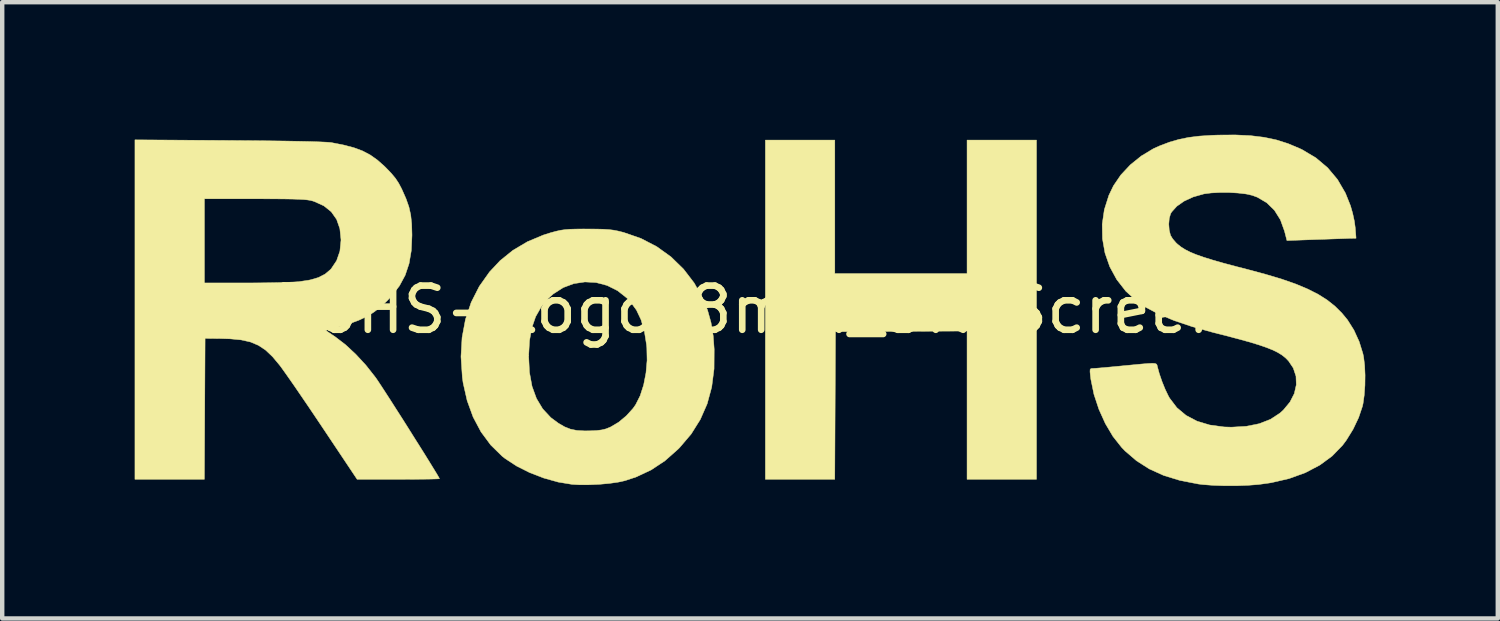
<source format=kicad_pcb>
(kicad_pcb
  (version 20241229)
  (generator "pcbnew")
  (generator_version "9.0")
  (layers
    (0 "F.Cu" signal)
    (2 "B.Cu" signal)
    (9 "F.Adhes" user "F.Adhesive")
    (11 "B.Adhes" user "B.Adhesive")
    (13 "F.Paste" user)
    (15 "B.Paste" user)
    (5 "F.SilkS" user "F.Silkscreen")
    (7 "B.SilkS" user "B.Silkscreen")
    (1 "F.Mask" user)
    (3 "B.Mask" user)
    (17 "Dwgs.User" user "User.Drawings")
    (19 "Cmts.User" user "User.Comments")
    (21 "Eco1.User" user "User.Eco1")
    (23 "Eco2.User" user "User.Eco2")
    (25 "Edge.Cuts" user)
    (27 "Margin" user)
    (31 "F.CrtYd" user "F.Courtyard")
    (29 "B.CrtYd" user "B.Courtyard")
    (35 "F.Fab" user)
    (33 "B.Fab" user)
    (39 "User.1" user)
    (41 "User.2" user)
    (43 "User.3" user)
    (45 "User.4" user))
  (footprint "RoHS-Logo_8mm_SilkScreen"
    (layer "F.Cu")
    (at 13.945 3.961)
    (property "Reference" "RoHS-Logo_8mm_SilkScreen" (at 0 0 0) (layer "F.SilkS") (effects (font (size 1 1) (thickness 0.15))))
    (attr board_only exclude_from_pos_files exclude_from_bom allow_missing_courtyard)
    (fp_poly (pts (xy 1.905 -0.816) (xy 4.899 -0.816) (xy 4.899 -3.84) (xy 6.471 -3.84) (xy 6.471 3.84) (xy 4.899 3.84) (xy 4.899 0.483) (xy 3.409 0.491) (xy 1.92 0.499) (xy 1.912 2.17) (xy 1.904 3.84) (xy 0.333 3.84) (xy 0.333 -3.84) (xy 1.905 -3.84) (xy 1.905 -0.816)) (stroke (width 0.01) (type solid)) (fill yes) (layer "F.SilkS"))
    (fp_poly (pts (xy -3.689 -1.826) (xy -3.487 -1.825) (xy -3.332 -1.821) (xy -3.208 -1.813) (xy -3.103 -1.8) (xy -3.001 -1.78) (xy -2.889 -1.752) (xy -2.871 -1.747) (xy -2.484 -1.613) (xy -2.127 -1.428) (xy -1.804 -1.196) (xy -1.52 -0.919) (xy -1.277 -0.602) (xy -1.087 -0.26) (xy -0.976 0.011) (xy -0.898 0.291) (xy -0.848 0.594) (xy -0.826 0.895) (xy -0.829 1.34) (xy -0.882 1.752) (xy -0.985 2.132) (xy -1.14 2.485) (xy -1.346 2.814) (xy -1.607 3.121) (xy -1.647 3.161) (xy -1.942 3.422) (xy -2.255 3.629) (xy -2.595 3.788) (xy -2.848 3.872) (xy -3.005 3.906) (xy -3.205 3.934) (xy -3.428 3.954) (xy -3.657 3.964) (xy -3.873 3.965) (xy -4.043 3.955) (xy -4.359 3.903) (xy -4.684 3.812) (xy -5.003 3.689) (xy -5.3 3.54) (xy -5.558 3.371) (xy -5.627 3.317) (xy -5.885 3.064) (xy -6.105 2.767) (xy -6.284 2.43) (xy -6.419 2.059) (xy -6.51 1.658) (xy -6.528 1.527) (xy -6.558 1.069) (xy -6.558 1.058) (xy -5.026 1.058) (xy -5.008 1.419) (xy -4.95 1.735) (xy -4.85 2.01) (xy -4.709 2.245) (xy -4.525 2.443) (xy -4.354 2.57) (xy -4.213 2.652) (xy -4.079 2.705) (xy -3.936 2.734) (xy -3.762 2.744) (xy -3.644 2.743) (xy -3.488 2.736) (xy -3.373 2.722) (xy -3.278 2.699) (xy -3.183 2.661) (xy -3.168 2.654) (xy -2.989 2.548) (xy -2.814 2.402) (xy -2.662 2.234) (xy -2.604 2.151) (xy -2.502 1.949) (xy -2.423 1.704) (xy -2.37 1.432) (xy -2.345 1.147) (xy -2.351 0.864) (xy -2.358 0.793) (xy -2.407 0.487) (xy -2.482 0.228) (xy -2.586 0.009) (xy -2.724 -0.181) (xy -2.799 -0.26) (xy -3.013 -0.43) (xy -3.249 -0.548) (xy -3.498 -0.614) (xy -3.752 -0.628) (xy -4.004 -0.59) (xy -4.245 -0.5) (xy -4.468 -0.357) (xy -4.577 -0.26) (xy -4.742 -0.063) (xy -4.868 0.158) (xy -4.955 0.411) (xy -5.007 0.701) (xy -5.026 1.036) (xy -5.026 1.058) (xy -6.558 1.058) (xy -6.534 0.633) (xy -6.457 0.22) (xy -6.327 -0.167) (xy -6.145 -0.526) (xy -5.912 -0.855) (xy -5.674 -1.109) (xy -5.384 -1.343) (xy -5.054 -1.539) (xy -4.691 -1.691) (xy -4.518 -1.745) (xy -4.402 -1.776) (xy -4.303 -1.798) (xy -4.205 -1.812) (xy -4.096 -1.821) (xy -3.96 -1.825) (xy -3.784 -1.827) (xy -3.689 -1.826)) (stroke (width 0.01) (type solid)) (fill yes) (layer "F.SilkS"))
    (fp_poly (pts (xy -11.816 -3.831) (xy -11.341 -3.827) (xy -10.916 -3.823) (xy -10.544 -3.818) (xy -10.225 -3.812) (xy -9.96 -3.806) (xy -9.752 -3.799) (xy -9.601 -3.792) (xy -9.509 -3.785) (xy -9.495 -3.783) (xy -9.214 -3.728) (xy -8.982 -3.667) (xy -8.786 -3.594) (xy -8.615 -3.504) (xy -8.456 -3.392) (xy -8.297 -3.252) (xy -8.263 -3.219) (xy -8.136 -3.087) (xy -8.042 -2.974) (xy -7.967 -2.86) (xy -7.897 -2.727) (xy -7.894 -2.719) (xy -7.802 -2.511) (xy -7.737 -2.326) (xy -7.696 -2.143) (xy -7.675 -1.943) (xy -7.668 -1.705) (xy -7.668 -1.678) (xy -7.683 -1.34) (xy -7.734 -1.043) (xy -7.822 -0.78) (xy -7.952 -0.539) (xy -8.127 -0.311) (xy -8.237 -0.195) (xy -8.385 -0.058) (xy -8.533 0.057) (xy -8.691 0.154) (xy -8.872 0.239) (xy -9.084 0.317) (xy -9.34 0.394) (xy -9.521 0.442) (xy -9.622 0.469) (xy -9.4 0.619) (xy -9.173 0.793) (xy -8.94 1.01) (xy -8.713 1.255) (xy -8.508 1.515) (xy -8.477 1.557) (xy -8.425 1.634) (xy -8.35 1.748) (xy -8.255 1.894) (xy -8.144 2.066) (xy -8.022 2.257) (xy -7.892 2.46) (xy -7.759 2.67) (xy -7.627 2.881) (xy -7.498 3.085) (xy -7.378 3.276) (xy -7.271 3.449) (xy -7.18 3.597) (xy -7.109 3.713) (xy -7.063 3.791) (xy -7.046 3.825) (xy -7.045 3.826) (xy -7.074 3.83) (xy -7.157 3.833) (xy -7.285 3.836) (xy -7.452 3.838) (xy -7.65 3.839) (xy -7.872 3.84) (xy -7.978 3.84) (xy -8.91 3.84) (xy -9.682 2.684) (xy -9.849 2.435) (xy -10.012 2.193) (xy -10.169 1.963) (xy -10.313 1.752) (xy -10.441 1.568) (xy -10.548 1.416) (xy -10.629 1.303) (xy -10.666 1.254) (xy -10.826 1.063) (xy -10.982 0.915) (xy -11.145 0.807) (xy -11.325 0.731) (xy -11.535 0.684) (xy -11.785 0.66) (xy -11.973 0.654) (xy -12.352 0.65) (xy -12.36 2.245) (xy -12.368 3.84) (xy -13.94 3.84) (xy -13.94 -2.51) (xy -12.367 -2.51) (xy -12.367 -0.605) (xy -11.422 -0.605) (xy -11.174 -0.606) (xy -10.933 -0.609) (xy -10.708 -0.613) (xy -10.51 -0.619) (xy -10.349 -0.626) (xy -10.236 -0.633) (xy -10.213 -0.636) (xy -9.975 -0.673) (xy -9.786 -0.728) (xy -9.636 -0.805) (xy -9.515 -0.907) (xy -9.497 -0.926) (xy -9.374 -1.11) (xy -9.3 -1.323) (xy -9.275 -1.57) (xy -9.275 -1.587) (xy -9.301 -1.835) (xy -9.374 -2.044) (xy -9.495 -2.216) (xy -9.663 -2.351) (xy -9.879 -2.449) (xy -9.919 -2.462) (xy -9.97 -2.475) (xy -10.035 -2.485) (xy -10.118 -2.493) (xy -10.227 -2.499) (xy -10.367 -2.504) (xy -10.546 -2.507) (xy -10.768 -2.509) (xy -11.042 -2.51) (xy -11.224 -2.51) (xy -12.367 -2.51) (xy -13.94 -2.51) (xy -13.94 -3.845) (xy -11.816 -3.831)) (stroke (width 0.01) (type solid)) (fill yes) (layer "F.SilkS"))
    (fp_poly (pts (xy 11.316 -3.94) (xy 11.621 -3.903) (xy 11.901 -3.844) (xy 12.166 -3.76) (xy 12.427 -3.65) (xy 12.485 -3.623) (xy 12.796 -3.438) (xy 13.063 -3.213) (xy 13.286 -2.947) (xy 13.465 -2.64) (xy 13.58 -2.353) (xy 13.629 -2.182) (xy 13.668 -2.002) (xy 13.688 -1.852) (xy 13.706 -1.618) (xy 13.619 -1.616) (xy 13.564 -1.615) (xy 13.459 -1.611) (xy 13.313 -1.606) (xy 13.136 -1.6) (xy 12.939 -1.593) (xy 12.836 -1.59) (xy 12.141 -1.565) (xy 12.086 -1.779) (xy 11.993 -2.036) (xy 11.858 -2.251) (xy 11.684 -2.421) (xy 11.471 -2.546) (xy 11.354 -2.589) (xy 11.214 -2.62) (xy 11.033 -2.641) (xy 10.829 -2.653) (xy 10.621 -2.653) (xy 10.427 -2.643) (xy 10.265 -2.622) (xy 10.253 -2.619) (xy 10.018 -2.552) (xy 9.814 -2.458) (xy 9.648 -2.342) (xy 9.531 -2.212) (xy 9.507 -2.171) (xy 9.477 -2.069) (xy 9.466 -1.937) (xy 9.476 -1.8) (xy 9.505 -1.684) (xy 9.505 -1.684) (xy 9.553 -1.605) (xy 9.627 -1.518) (xy 9.663 -1.484) (xy 9.742 -1.421) (xy 9.835 -1.362) (xy 9.947 -1.305) (xy 10.083 -1.248) (xy 10.251 -1.189) (xy 10.455 -1.125) (xy 10.703 -1.054) (xy 11 -0.975) (xy 11.249 -0.911) (xy 11.667 -0.798) (xy 12.031 -0.689) (xy 12.346 -0.579) (xy 12.617 -0.465) (xy 12.851 -0.346) (xy 13.053 -0.218) (xy 13.229 -0.078) (xy 13.384 0.076) (xy 13.512 0.231) (xy 13.657 0.461) (xy 13.777 0.724) (xy 13.861 0.995) (xy 13.877 1.071) (xy 13.9 1.26) (xy 13.91 1.481) (xy 13.907 1.713) (xy 13.891 1.935) (xy 13.864 2.127) (xy 13.85 2.189) (xy 13.764 2.444) (xy 13.639 2.707) (xy 13.486 2.955) (xy 13.398 3.073) (xy 13.164 3.314) (xy 12.883 3.52) (xy 12.557 3.691) (xy 12.189 3.824) (xy 11.782 3.918) (xy 11.497 3.958) (xy 11.262 3.976) (xy 11 3.986) (xy 10.73 3.986) (xy 10.471 3.977) (xy 10.242 3.96) (xy 10.13 3.946) (xy 9.716 3.865) (xy 9.351 3.753) (xy 9.026 3.606) (xy 8.737 3.422) (xy 8.477 3.199) (xy 8.397 3.116) (xy 8.202 2.869) (xy 8.029 2.577) (xy 7.884 2.255) (xy 7.772 1.917) (xy 7.702 1.577) (xy 7.693 1.504) (xy 7.683 1.407) (xy 7.685 1.355) (xy 7.704 1.334) (xy 7.743 1.33) (xy 7.745 1.33) (xy 7.796 1.328) (xy 7.897 1.32) (xy 8.037 1.308) (xy 8.207 1.292) (xy 8.396 1.274) (xy 8.436 1.27) (xy 8.668 1.248) (xy 8.847 1.231) (xy 8.98 1.22) (xy 9.074 1.215) (xy 9.136 1.216) (xy 9.173 1.224) (xy 9.193 1.238) (xy 9.202 1.26) (xy 9.208 1.288) (xy 9.209 1.293) (xy 9.251 1.446) (xy 9.312 1.624) (xy 9.383 1.8) (xy 9.456 1.952) (xy 9.484 2.002) (xy 9.649 2.219) (xy 9.857 2.393) (xy 10.105 2.524) (xy 10.393 2.611) (xy 10.72 2.655) (xy 10.886 2.66) (xy 11.223 2.64) (xy 11.516 2.581) (xy 11.769 2.482) (xy 11.984 2.341) (xy 12.059 2.273) (xy 12.209 2.092) (xy 12.308 1.899) (xy 12.353 1.701) (xy 12.346 1.506) (xy 12.284 1.32) (xy 12.177 1.161) (xy 12.11 1.092) (xy 12.031 1.029) (xy 11.936 0.97) (xy 11.818 0.912) (xy 11.672 0.854) (xy 11.493 0.793) (xy 11.275 0.727) (xy 11.012 0.655) (xy 10.699 0.573) (xy 10.472 0.516) (xy 10.002 0.386) (xy 9.589 0.247) (xy 9.235 0.099) (xy 8.939 -0.058) (xy 8.744 -0.19) (xy 8.493 -0.419) (xy 8.288 -0.682) (xy 8.13 -0.972) (xy 8.022 -1.282) (xy 7.965 -1.605) (xy 7.959 -1.935) (xy 8.007 -2.265) (xy 8.109 -2.587) (xy 8.213 -2.804) (xy 8.38 -3.049) (xy 8.594 -3.278) (xy 8.844 -3.48) (xy 9.116 -3.644) (xy 9.26 -3.709) (xy 9.482 -3.793) (xy 9.696 -3.855) (xy 9.917 -3.9) (xy 10.161 -3.93) (xy 10.443 -3.948) (xy 10.584 -3.953) (xy 10.973 -3.956) (xy 11.316 -3.94)) (stroke (width 0.01) (type solid)) (fill yes) (layer "F.SilkS")))
  (gr_rect
    (start -3 -3)
    (end 30.86 10.952)
    (stroke (width 0.1) (type default))
    (fill no)
    (layer "Edge.Cuts")))
</source>
